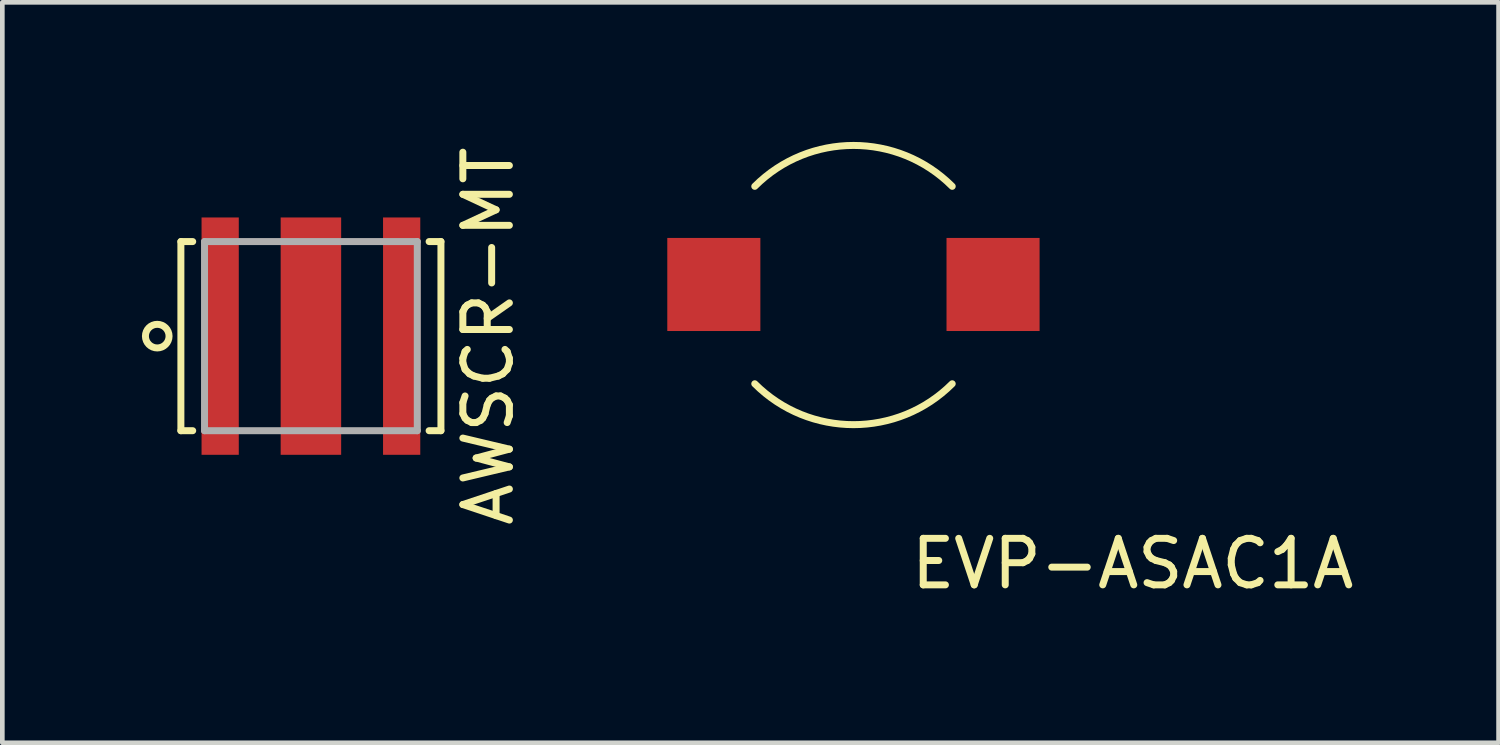
<source format=kicad_pcb>
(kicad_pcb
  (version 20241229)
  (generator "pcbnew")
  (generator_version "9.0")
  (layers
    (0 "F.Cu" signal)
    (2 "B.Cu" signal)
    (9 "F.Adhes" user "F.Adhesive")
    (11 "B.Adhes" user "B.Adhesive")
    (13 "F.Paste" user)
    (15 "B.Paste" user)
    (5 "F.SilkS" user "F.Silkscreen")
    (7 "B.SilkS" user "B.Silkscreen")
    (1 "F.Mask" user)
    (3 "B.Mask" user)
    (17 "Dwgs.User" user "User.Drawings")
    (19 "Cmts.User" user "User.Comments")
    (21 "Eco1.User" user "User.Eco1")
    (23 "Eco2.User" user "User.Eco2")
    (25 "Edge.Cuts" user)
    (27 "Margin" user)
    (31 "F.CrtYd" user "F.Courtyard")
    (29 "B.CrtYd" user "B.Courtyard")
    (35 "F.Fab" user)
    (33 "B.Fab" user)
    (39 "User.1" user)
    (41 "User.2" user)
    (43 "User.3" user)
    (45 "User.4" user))
  (footprint "AWSCR-MT"
    (layer "F.Cu")
    (at 3.631 4.173)
    (property "Reference" "AWSCR-MT" (at 3.81 0 90) (layer "F.SilkS") (effects (font (size 1 1) (thickness 0.15))))
    (attr through_hole)
    (fp_line (start -2.794 -2.032) (end -2.794 2.032) (stroke (width 0.15) (type solid)) (layer "F.SilkS"))
    (fp_line (start -2.794 -2.032) (end -2.54 -2.032) (stroke (width 0.15) (type solid)) (layer "F.SilkS"))
    (fp_line (start -2.794 2.032) (end -2.54 2.032) (stroke (width 0.15) (type solid)) (layer "F.SilkS"))
    (fp_line (start 2.54 -2.032) (end 2.794 -2.032) (stroke (width 0.15) (type solid)) (layer "F.SilkS"))
    (fp_line (start 2.794 -2.032) (end 2.794 2.032) (stroke (width 0.15) (type solid)) (layer "F.SilkS"))
    (fp_line (start 2.794 2.032) (end 2.54 2.032) (stroke (width 0.15) (type solid)) (layer "F.SilkS"))
    (fp_circle (center -3.302 0) (end -3.048 0) (stroke (width 0.15) (type solid)) (fill no) (layer "F.SilkS"))
    (fp_line (start -2.286 -2.032) (end 2.286 -2.032) (stroke (width 0.15) (type solid)) (layer "F.Fab"))
    (fp_line (start -2.286 2.032) (end -2.286 -2.032) (stroke (width 0.15) (type solid)) (layer "F.Fab"))
    (fp_line (start 2.286 -2.032) (end 2.286 2.032) (stroke (width 0.15) (type solid)) (layer "F.Fab"))
    (fp_line (start 2.286 2.032) (end -2.286 2.032) (stroke (width 0.15) (type solid)) (layer "F.Fab"))
    (pad "1" smd rect (at -1.95 0) (size 0.8 5.1) (layers "F.Cu" "F.Mask" "F.Paste"))
    (pad "2" smd rect (at 0 0) (size 1.3 5.1) (layers "F.Cu" "F.Mask" "F.Paste"))
    (pad "3" smd rect (at 1.95 0) (size 0.8 5.1) (layers "F.Cu" "F.Mask" "F.Paste")))
  (footprint "EVP-ASAC1A"
    (layer "F.Cu")
    (at 15.289 3.063)
    (property "Reference" "EVP-ASAC1A" (at 6 6 0) (layer "F.SilkS") (effects (font (size 1 1) (thickness 0.15))))
    (attr through_hole)
    (fp_arc (start -2.120069 -2.109112) (mid 0.001251 -2.987792) (end 2.122571 -2.109112) (stroke (width 0.15) (type solid)) (layer "F.SilkS"))
    (fp_arc (start 2.122571 2.133528) (mid 0.001251 3.012208) (end -2.120069 2.133528) (stroke (width 0.15) (type solid)) (layer "F.SilkS"))
    (pad "1" smd rect (at -3 0) (size 2 2) (layers "F.Cu" "F.Mask" "F.Paste"))
    (pad "2" smd rect (at 3 0) (size 2 2) (layers "F.Cu" "F.Mask" "F.Paste")))
  (gr_rect
    (start -3 -3)
    (end 29.152 12.911)
    (stroke (width 0.1) (type default))
    (fill no)
    (layer "Edge.Cuts")))
</source>
